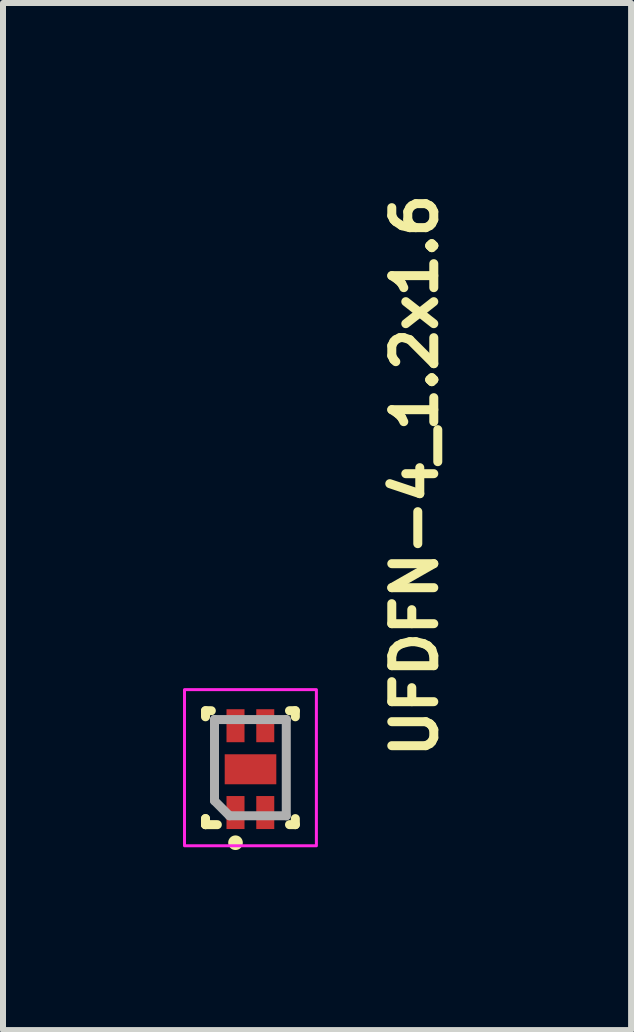
<source format=kicad_pcb>
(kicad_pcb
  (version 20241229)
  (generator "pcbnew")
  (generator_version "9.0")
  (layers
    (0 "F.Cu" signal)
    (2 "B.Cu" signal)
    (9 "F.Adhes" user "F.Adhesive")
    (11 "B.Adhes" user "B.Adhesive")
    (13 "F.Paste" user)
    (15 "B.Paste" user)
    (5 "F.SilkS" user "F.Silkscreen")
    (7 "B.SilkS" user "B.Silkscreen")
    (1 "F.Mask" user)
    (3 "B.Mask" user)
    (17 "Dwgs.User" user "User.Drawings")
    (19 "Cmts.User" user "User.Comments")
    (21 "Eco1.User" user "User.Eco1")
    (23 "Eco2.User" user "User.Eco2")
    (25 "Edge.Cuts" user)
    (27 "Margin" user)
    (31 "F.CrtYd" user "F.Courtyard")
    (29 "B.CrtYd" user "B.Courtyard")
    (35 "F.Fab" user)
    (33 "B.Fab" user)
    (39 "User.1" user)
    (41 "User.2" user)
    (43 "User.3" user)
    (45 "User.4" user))
  (footprint "UFDFN-4_1.2x1.6"
    (layer "F.Cu")
    (at 1.125 9.746)
    (property "Reference" "UFDFN-4_1.2x1.6" (at 3.148 -0.103 270) (layer "F.SilkS") (effects (font (size 0.7 0.7) (thickness 0.15)) (justify left bottom)))
    (attr smd)
    (fp_line (start -0.75 -0.951) (end -0.653 -0.951) (stroke (width 0.15) (type solid)) (layer "F.SilkS"))
    (fp_line (start -0.75 -0.85) (end -0.75 -0.951) (stroke (width 0.15) (type solid)) (layer "F.SilkS"))
    (fp_line (start -0.75 0.847) (end -0.75 0.948) (stroke (width 0.15) (type solid)) (layer "F.SilkS"))
    (fp_line (start -0.75 0.847) (end -0.75 0.948) (stroke (width 0.15) (type solid)) (layer "F.SilkS"))
    (fp_line (start -0.553 0.948) (end -0.75 0.948) (stroke (width 0.15) (type solid)) (layer "F.SilkS"))
    (fp_line (start 0.747 -0.951) (end 0.65 -0.951) (stroke (width 0.15) (type solid)) (layer "F.SilkS"))
    (fp_line (start 0.747 -0.85) (end 0.747 -0.951) (stroke (width 0.15) (type solid)) (layer "F.SilkS"))
    (fp_line (start 0.747 0.847) (end 0.747 0.948) (stroke (width 0.15) (type solid)) (layer "F.SilkS"))
    (fp_line (start 0.747 0.948) (end 0.65 0.948) (stroke (width 0.15) (type solid)) (layer "F.SilkS"))
    (fp_circle (center -0.25 1.249) (end -0.203 1.249) (stroke (width 0.15) (type solid)) (fill yes) (layer "F.SilkS"))
    (fp_rect (start -1.1 -1.302) (end 1.098 1.3) (stroke (width 0.05) (type solid)) (fill no) (layer "F.CrtYd"))
    (fp_line (start -0.6 -0.804) (end -0.6 0.55) (stroke (width 0.15) (type solid)) (layer "F.Fab"))
    (fp_line (start -0.6 -0.804) (end 0.596 -0.804) (stroke (width 0.15) (type solid)) (layer "F.Fab"))
    (fp_line (start -0.351 0.8) (end -0.6 0.55) (stroke (width 0.15) (type solid)) (layer "F.Fab"))
    (fp_line (start -0.351 0.8) (end 0.596 0.8) (stroke (width 0.15) (type solid)) (layer "F.Fab"))
    (fp_line (start 0.596 -0.804) (end 0.596 0.8) (stroke (width 0.15) (type solid)) (layer "F.Fab"))
    (fp_rect (start -0.6 -0.802) (end 0.598 0.8) (stroke (width 0.1) (type solid)) (fill no) (layer "User.5"))
    (fp_line (start -0.6 -0.802) (end -0.6 0.8) (stroke (width 0.02) (type solid)) (layer "User.9"))
    (fp_line (start -0.6 0.8) (end 0.598 0.8) (stroke (width 0.02) (type solid)) (layer "User.9"))
    (fp_line (start 0.598 -0.802) (end -0.6 -0.802) (stroke (width 0.02) (type solid)) (layer "User.9"))
    (fp_line (start 0.598 0.8) (end 0.598 -0.802) (stroke (width 0.02) (type solid)) (layer "User.9"))
    (pad "1" smd rect (at -0.25 0.746) (size 0.3 0.55) (layers "F.Cu" "F.Mask" "F.Paste"))
    (pad "2" smd rect (at 0.246 0.746) (size 0.3 0.55) (layers "F.Cu" "F.Mask" "F.Paste"))
    (pad "3" smd rect (at 0.246 -0.701) (size 0.3 0.55) (layers "F.Cu" "F.Mask" "F.Paste"))
    (pad "4" smd rect (at -0.25 -0.701) (size 0.3 0.55) (layers "F.Cu" "F.Mask" "F.Paste"))
    (pad "5" smd rect (at 0 0.025 270) (size 0.5 0.86) (layers "F.Cu" "F.Mask" "F.Paste")))
  (gr_rect
    (start -3 -3)
    (end 7.468 14.117)
    (stroke (width 0.1) (type default))
    (fill no)
    (layer "Edge.Cuts")))
</source>
